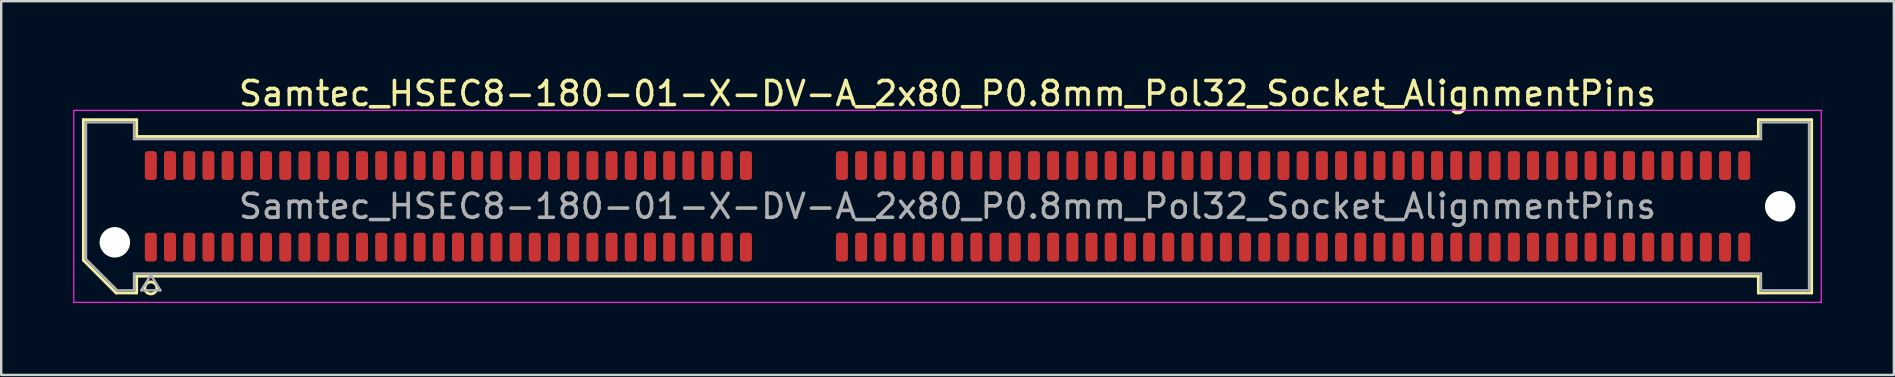
<source format=kicad_pcb>
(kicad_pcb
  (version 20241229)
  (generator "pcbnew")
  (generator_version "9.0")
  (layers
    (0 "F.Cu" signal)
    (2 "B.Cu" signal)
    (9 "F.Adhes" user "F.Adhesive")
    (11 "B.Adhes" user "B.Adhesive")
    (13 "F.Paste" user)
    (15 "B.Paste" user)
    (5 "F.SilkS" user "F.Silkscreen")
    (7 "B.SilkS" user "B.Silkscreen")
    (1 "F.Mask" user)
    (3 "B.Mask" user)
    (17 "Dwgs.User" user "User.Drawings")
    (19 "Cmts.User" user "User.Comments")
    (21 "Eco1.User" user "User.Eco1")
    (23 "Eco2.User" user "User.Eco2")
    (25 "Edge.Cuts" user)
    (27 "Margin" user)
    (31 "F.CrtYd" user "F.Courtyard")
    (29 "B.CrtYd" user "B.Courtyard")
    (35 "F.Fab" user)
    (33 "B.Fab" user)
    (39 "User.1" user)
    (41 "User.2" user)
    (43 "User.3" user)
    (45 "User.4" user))
  (footprint "Samtec_HSEC8-180-01-X-DV-A_2x80_P0.8mm_Pol32_Socket_AlignmentPins"
    (layer "F.Cu")
    (at 36.435 5.548)
    (property "Reference" "Samtec_HSEC8-180-01-X-DV-A_2x80_P0.8mm_Pol32_Socket_AlignmentPins" (at 0 -4.7 0) (layer "F.SilkS") (effects (font (size 1 1) (thickness 0.15))))
    (attr smd)
    (fp_line (start -36.01 -3.61) (end -33.79 -3.61) (stroke (width 0.12) (type solid)) (layer "F.SilkS"))
    (fp_line (start -36.01 2.246) (end -36.01 -3.61) (stroke (width 0.12) (type solid)) (layer "F.SilkS"))
    (fp_line (start -34.646 3.61) (end -36.01 2.246) (stroke (width 0.12) (type solid)) (layer "F.SilkS"))
    (fp_line (start -33.79 -3.61) (end -33.79 -2.91) (stroke (width 0.12) (type solid)) (layer "F.SilkS"))
    (fp_line (start -33.79 -2.91) (end 33.79 -2.91) (stroke (width 0.12) (type solid)) (layer "F.SilkS"))
    (fp_line (start -33.79 2.91) (end -33.79 3.61) (stroke (width 0.12) (type solid)) (layer "F.SilkS"))
    (fp_line (start -33.79 3.61) (end -34.646 3.61) (stroke (width 0.12) (type solid)) (layer "F.SilkS"))
    (fp_line (start 33.79 -3.61) (end 36.01 -3.61) (stroke (width 0.12) (type solid)) (layer "F.SilkS"))
    (fp_line (start 33.79 -2.91) (end 33.79 -3.61) (stroke (width 0.12) (type solid)) (layer "F.SilkS"))
    (fp_line (start 33.79 2.91) (end -33.79 2.91) (stroke (width 0.12) (type solid)) (layer "F.SilkS"))
    (fp_line (start 33.79 3.61) (end 33.79 2.91) (stroke (width 0.12) (type solid)) (layer "F.SilkS"))
    (fp_line (start 36.01 -3.61) (end 36.01 3.61) (stroke (width 0.12) (type solid)) (layer "F.SilkS"))
    (fp_line (start 36.01 3.61) (end 33.79 3.61) (stroke (width 0.12) (type solid)) (layer "F.SilkS"))
    (fp_circle (center -33.2 3.4) (end -32.95 3.4) (stroke (width 0.12) (type solid)) (fill no) (layer "F.SilkS"))
    (fp_line (start -36.41 -4) (end -36.41 4) (stroke (width 0.05) (type solid)) (layer "F.CrtYd"))
    (fp_line (start -36.41 4) (end 36.41 4) (stroke (width 0.05) (type solid)) (layer "F.CrtYd"))
    (fp_line (start 36.41 -4) (end -36.41 -4) (stroke (width 0.05) (type solid)) (layer "F.CrtYd"))
    (fp_line (start 36.41 4) (end 36.41 -4) (stroke (width 0.05) (type solid)) (layer "F.CrtYd"))
    (fp_line (start -35.9 -3.5) (end -33.9 -3.5) (stroke (width 0.1) (type solid)) (layer "F.Fab"))
    (fp_line (start -35.9 2.2) (end -35.9 -3.5) (stroke (width 0.1) (type solid)) (layer "F.Fab"))
    (fp_line (start -34.6 3.5) (end -35.9 2.2) (stroke (width 0.1) (type solid)) (layer "F.Fab"))
    (fp_line (start -33.9 -3.5) (end -33.9 -2.8) (stroke (width 0.1) (type solid)) (layer "F.Fab"))
    (fp_line (start -33.9 -2.8) (end 33.9 -2.8) (stroke (width 0.1) (type solid)) (layer "F.Fab"))
    (fp_line (start -33.9 2.8) (end -33.9 3.5) (stroke (width 0.1) (type solid)) (layer "F.Fab"))
    (fp_line (start -33.9 3.5) (end -34.6 3.5) (stroke (width 0.1) (type solid)) (layer "F.Fab"))
    (fp_line (start -33.6 3.5) (end -33.2 2.86) (stroke (width 0.1) (type solid)) (layer "F.Fab"))
    (fp_line (start -33.2 2.86) (end -32.8 3.5) (stroke (width 0.1) (type solid)) (layer "F.Fab"))
    (fp_line (start -32.8 3.5) (end -33.6 3.5) (stroke (width 0.1) (type solid)) (layer "F.Fab"))
    (fp_line (start 33.9 -3.5) (end 35.9 -3.5) (stroke (width 0.1) (type solid)) (layer "F.Fab"))
    (fp_line (start 33.9 -2.8) (end 33.9 -3.5) (stroke (width 0.1) (type solid)) (layer "F.Fab"))
    (fp_line (start 33.9 2.8) (end -33.9 2.8) (stroke (width 0.1) (type solid)) (layer "F.Fab"))
    (fp_line (start 33.9 3.5) (end 33.9 2.8) (stroke (width 0.1) (type solid)) (layer "F.Fab"))
    (fp_line (start 35.9 -3.5) (end 35.9 3.5) (stroke (width 0.1) (type solid)) (layer "F.Fab"))
    (fp_line (start 35.9 3.5) (end 33.9 3.5) (stroke (width 0.1) (type solid)) (layer "F.Fab"))
    (fp_text user "${REFERENCE}" (at 0 0 0) (layer "F.Fab") (effects (font (size 1 1) (thickness 0.15))))
    (pad "" np_thru_hole circle (at -34.7 1.5) (size 1.27 1.27) (drill 1.27) (layers "*.Cu" "*.Mask"))
    (pad "" np_thru_hole circle (at 34.7 0) (size 1.27 1.27) (drill 1.27) (layers "*.Cu" "*.Mask"))
    (pad "1" smd roundrect (at -33.2 1.7) (size 0.5 1.2) (layers "F.Cu" "F.Mask" "F.Paste") (roundrect_rratio 0.25))
    (pad "2" smd roundrect (at -33.2 -1.7) (size 0.5 1.2) (layers "F.Cu" "F.Mask" "F.Paste") (roundrect_rratio 0.25))
    (pad "3" smd roundrect (at -32.4 1.7) (size 0.5 1.2) (layers "F.Cu" "F.Mask" "F.Paste") (roundrect_rratio 0.25))
    (pad "4" smd roundrect (at -32.4 -1.7) (size 0.5 1.2) (layers "F.Cu" "F.Mask" "F.Paste") (roundrect_rratio 0.25))
    (pad "5" smd roundrect (at -31.6 1.7) (size 0.5 1.2) (layers "F.Cu" "F.Mask" "F.Paste") (roundrect_rratio 0.25))
    (pad "6" smd roundrect (at -31.6 -1.7) (size 0.5 1.2) (layers "F.Cu" "F.Mask" "F.Paste") (roundrect_rratio 0.25))
    (pad "7" smd roundrect (at -30.8 1.7) (size 0.5 1.2) (layers "F.Cu" "F.Mask" "F.Paste") (roundrect_rratio 0.25))
    (pad "8" smd roundrect (at -30.8 -1.7) (size 0.5 1.2) (layers "F.Cu" "F.Mask" "F.Paste") (roundrect_rratio 0.25))
    (pad "9" smd roundrect (at -30 1.7) (size 0.5 1.2) (layers "F.Cu" "F.Mask" "F.Paste") (roundrect_rratio 0.25))
    (pad "10" smd roundrect (at -30 -1.7) (size 0.5 1.2) (layers "F.Cu" "F.Mask" "F.Paste") (roundrect_rratio 0.25))
    (pad "11" smd roundrect (at -29.2 1.7) (size 0.5 1.2) (layers "F.Cu" "F.Mask" "F.Paste") (roundrect_rratio 0.25))
    (pad "12" smd roundrect (at -29.2 -1.7) (size 0.5 1.2) (layers "F.Cu" "F.Mask" "F.Paste") (roundrect_rratio 0.25))
    (pad "13" smd roundrect (at -28.4 1.7) (size 0.5 1.2) (layers "F.Cu" "F.Mask" "F.Paste") (roundrect_rratio 0.25))
    (pad "14" smd roundrect (at -28.4 -1.7) (size 0.5 1.2) (layers "F.Cu" "F.Mask" "F.Paste") (roundrect_rratio 0.25))
    (pad "15" smd roundrect (at -27.6 1.7) (size 0.5 1.2) (layers "F.Cu" "F.Mask" "F.Paste") (roundrect_rratio 0.25))
    (pad "16" smd roundrect (at -27.6 -1.7) (size 0.5 1.2) (layers "F.Cu" "F.Mask" "F.Paste") (roundrect_rratio 0.25))
    (pad "17" smd roundrect (at -26.8 1.7) (size 0.5 1.2) (layers "F.Cu" "F.Mask" "F.Paste") (roundrect_rratio 0.25))
    (pad "18" smd roundrect (at -26.8 -1.7) (size 0.5 1.2) (layers "F.Cu" "F.Mask" "F.Paste") (roundrect_rratio 0.25))
    (pad "19" smd roundrect (at -26 1.7) (size 0.5 1.2) (layers "F.Cu" "F.Mask" "F.Paste") (roundrect_rratio 0.25))
    (pad "20" smd roundrect (at -26 -1.7) (size 0.5 1.2) (layers "F.Cu" "F.Mask" "F.Paste") (roundrect_rratio 0.25))
    (pad "21" smd roundrect (at -25.2 1.7) (size 0.5 1.2) (layers "F.Cu" "F.Mask" "F.Paste") (roundrect_rratio 0.25))
    (pad "22" smd roundrect (at -25.2 -1.7) (size 0.5 1.2) (layers "F.Cu" "F.Mask" "F.Paste") (roundrect_rratio 0.25))
    (pad "23" smd roundrect (at -24.4 1.7) (size 0.5 1.2) (layers "F.Cu" "F.Mask" "F.Paste") (roundrect_rratio 0.25))
    (pad "24" smd roundrect (at -24.4 -1.7) (size 0.5 1.2) (layers "F.Cu" "F.Mask" "F.Paste") (roundrect_rratio 0.25))
    (pad "25" smd roundrect (at -23.6 1.7) (size 0.5 1.2) (layers "F.Cu" "F.Mask" "F.Paste") (roundrect_rratio 0.25))
    (pad "26" smd roundrect (at -23.6 -1.7) (size 0.5 1.2) (layers "F.Cu" "F.Mask" "F.Paste") (roundrect_rratio 0.25))
    (pad "27" smd roundrect (at -22.8 1.7) (size 0.5 1.2) (layers "F.Cu" "F.Mask" "F.Paste") (roundrect_rratio 0.25))
    (pad "28" smd roundrect (at -22.8 -1.7) (size 0.5 1.2) (layers "F.Cu" "F.Mask" "F.Paste") (roundrect_rratio 0.25))
    (pad "29" smd roundrect (at -22 1.7) (size 0.5 1.2) (layers "F.Cu" "F.Mask" "F.Paste") (roundrect_rratio 0.25))
    (pad "30" smd roundrect (at -22 -1.7) (size 0.5 1.2) (layers "F.Cu" "F.Mask" "F.Paste") (roundrect_rratio 0.25))
    (pad "31" smd roundrect (at -21.2 1.7) (size 0.5 1.2) (layers "F.Cu" "F.Mask" "F.Paste") (roundrect_rratio 0.25))
    (pad "32" smd roundrect (at -21.2 -1.7) (size 0.5 1.2) (layers "F.Cu" "F.Mask" "F.Paste") (roundrect_rratio 0.25))
    (pad "33" smd roundrect (at -20.4 1.7) (size 0.5 1.2) (layers "F.Cu" "F.Mask" "F.Paste") (roundrect_rratio 0.25))
    (pad "34" smd roundrect (at -20.4 -1.7) (size 0.5 1.2) (layers "F.Cu" "F.Mask" "F.Paste") (roundrect_rratio 0.25))
    (pad "35" smd roundrect (at -19.6 1.7) (size 0.5 1.2) (layers "F.Cu" "F.Mask" "F.Paste") (roundrect_rratio 0.25))
    (pad "36" smd roundrect (at -19.6 -1.7) (size 0.5 1.2) (layers "F.Cu" "F.Mask" "F.Paste") (roundrect_rratio 0.25))
    (pad "37" smd roundrect (at -18.8 1.7) (size 0.5 1.2) (layers "F.Cu" "F.Mask" "F.Paste") (roundrect_rratio 0.25))
    (pad "38" smd roundrect (at -18.8 -1.7) (size 0.5 1.2) (layers "F.Cu" "F.Mask" "F.Paste") (roundrect_rratio 0.25))
    (pad "39" smd roundrect (at -18 1.7) (size 0.5 1.2) (layers "F.Cu" "F.Mask" "F.Paste") (roundrect_rratio 0.25))
    (pad "40" smd roundrect (at -18 -1.7) (size 0.5 1.2) (layers "F.Cu" "F.Mask" "F.Paste") (roundrect_rratio 0.25))
    (pad "41" smd roundrect (at -17.2 1.7) (size 0.5 1.2) (layers "F.Cu" "F.Mask" "F.Paste") (roundrect_rratio 0.25))
    (pad "42" smd roundrect (at -17.2 -1.7) (size 0.5 1.2) (layers "F.Cu" "F.Mask" "F.Paste") (roundrect_rratio 0.25))
    (pad "43" smd roundrect (at -16.4 1.7) (size 0.5 1.2) (layers "F.Cu" "F.Mask" "F.Paste") (roundrect_rratio 0.25))
    (pad "44" smd roundrect (at -16.4 -1.7) (size 0.5 1.2) (layers "F.Cu" "F.Mask" "F.Paste") (roundrect_rratio 0.25))
    (pad "45" smd roundrect (at -15.6 1.7) (size 0.5 1.2) (layers "F.Cu" "F.Mask" "F.Paste") (roundrect_rratio 0.25))
    (pad "46" smd roundrect (at -15.6 -1.7) (size 0.5 1.2) (layers "F.Cu" "F.Mask" "F.Paste") (roundrect_rratio 0.25))
    (pad "47" smd roundrect (at -14.8 1.7) (size 0.5 1.2) (layers "F.Cu" "F.Mask" "F.Paste") (roundrect_rratio 0.25))
    (pad "48" smd roundrect (at -14.8 -1.7) (size 0.5 1.2) (layers "F.Cu" "F.Mask" "F.Paste") (roundrect_rratio 0.25))
    (pad "49" smd roundrect (at -14 1.7) (size 0.5 1.2) (layers "F.Cu" "F.Mask" "F.Paste") (roundrect_rratio 0.25))
    (pad "50" smd roundrect (at -14 -1.7) (size 0.5 1.2) (layers "F.Cu" "F.Mask" "F.Paste") (roundrect_rratio 0.25))
    (pad "51" smd roundrect (at -13.2 1.7) (size 0.5 1.2) (layers "F.Cu" "F.Mask" "F.Paste") (roundrect_rratio 0.25))
    (pad "52" smd roundrect (at -13.2 -1.7) (size 0.5 1.2) (layers "F.Cu" "F.Mask" "F.Paste") (roundrect_rratio 0.25))
    (pad "53" smd roundrect (at -12.4 1.7) (size 0.5 1.2) (layers "F.Cu" "F.Mask" "F.Paste") (roundrect_rratio 0.25))
    (pad "54" smd roundrect (at -12.4 -1.7) (size 0.5 1.2) (layers "F.Cu" "F.Mask" "F.Paste") (roundrect_rratio 0.25))
    (pad "55" smd roundrect (at -11.6 1.7) (size 0.5 1.2) (layers "F.Cu" "F.Mask" "F.Paste") (roundrect_rratio 0.25))
    (pad "56" smd roundrect (at -11.6 -1.7) (size 0.5 1.2) (layers "F.Cu" "F.Mask" "F.Paste") (roundrect_rratio 0.25))
    (pad "57" smd roundrect (at -10.8 1.7) (size 0.5 1.2) (layers "F.Cu" "F.Mask" "F.Paste") (roundrect_rratio 0.25))
    (pad "58" smd roundrect (at -10.8 -1.7) (size 0.5 1.2) (layers "F.Cu" "F.Mask" "F.Paste") (roundrect_rratio 0.25))
    (pad "59" smd roundrect (at -10 1.7) (size 0.5 1.2) (layers "F.Cu" "F.Mask" "F.Paste") (roundrect_rratio 0.25))
    (pad "60" smd roundrect (at -10 -1.7) (size 0.5 1.2) (layers "F.Cu" "F.Mask" "F.Paste") (roundrect_rratio 0.25))
    (pad "61" smd roundrect (at -9.2 1.7) (size 0.5 1.2) (layers "F.Cu" "F.Mask" "F.Paste") (roundrect_rratio 0.25))
    (pad "62" smd roundrect (at -9.2 -1.7) (size 0.5 1.2) (layers "F.Cu" "F.Mask" "F.Paste") (roundrect_rratio 0.25))
    (pad "63" smd roundrect (at -8.4 1.7) (size 0.5 1.2) (layers "F.Cu" "F.Mask" "F.Paste") (roundrect_rratio 0.25))
    (pad "64" smd roundrect (at -8.4 -1.7) (size 0.5 1.2) (layers "F.Cu" "F.Mask" "F.Paste") (roundrect_rratio 0.25))
    (pad "65" smd roundrect (at -4.4 1.7) (size 0.5 1.2) (layers "F.Cu" "F.Mask" "F.Paste") (roundrect_rratio 0.25))
    (pad "66" smd roundrect (at -4.4 -1.7) (size 0.5 1.2) (layers "F.Cu" "F.Mask" "F.Paste") (roundrect_rratio 0.25))
    (pad "67" smd roundrect (at -3.6 1.7) (size 0.5 1.2) (layers "F.Cu" "F.Mask" "F.Paste") (roundrect_rratio 0.25))
    (pad "68" smd roundrect (at -3.6 -1.7) (size 0.5 1.2) (layers "F.Cu" "F.Mask" "F.Paste") (roundrect_rratio 0.25))
    (pad "69" smd roundrect (at -2.8 1.7) (size 0.5 1.2) (layers "F.Cu" "F.Mask" "F.Paste") (roundrect_rratio 0.25))
    (pad "70" smd roundrect (at -2.8 -1.7) (size 0.5 1.2) (layers "F.Cu" "F.Mask" "F.Paste") (roundrect_rratio 0.25))
    (pad "71" smd roundrect (at -2 1.7) (size 0.5 1.2) (layers "F.Cu" "F.Mask" "F.Paste") (roundrect_rratio 0.25))
    (pad "72" smd roundrect (at -2 -1.7) (size 0.5 1.2) (layers "F.Cu" "F.Mask" "F.Paste") (roundrect_rratio 0.25))
    (pad "73" smd roundrect (at -1.2 1.7) (size 0.5 1.2) (layers "F.Cu" "F.Mask" "F.Paste") (roundrect_rratio 0.25))
    (pad "74" smd roundrect (at -1.2 -1.7) (size 0.5 1.2) (layers "F.Cu" "F.Mask" "F.Paste") (roundrect_rratio 0.25))
    (pad "75" smd roundrect (at -0.4 1.7) (size 0.5 1.2) (layers "F.Cu" "F.Mask" "F.Paste") (roundrect_rratio 0.25))
    (pad "76" smd roundrect (at -0.4 -1.7) (size 0.5 1.2) (layers "F.Cu" "F.Mask" "F.Paste") (roundrect_rratio 0.25))
    (pad "77" smd roundrect (at 0.4 1.7) (size 0.5 1.2) (layers "F.Cu" "F.Mask" "F.Paste") (roundrect_rratio 0.25))
    (pad "78" smd roundrect (at 0.4 -1.7) (size 0.5 1.2) (layers "F.Cu" "F.Mask" "F.Paste") (roundrect_rratio 0.25))
    (pad "79" smd roundrect (at 1.2 1.7) (size 0.5 1.2) (layers "F.Cu" "F.Mask" "F.Paste") (roundrect_rratio 0.25))
    (pad "80" smd roundrect (at 1.2 -1.7) (size 0.5 1.2) (layers "F.Cu" "F.Mask" "F.Paste") (roundrect_rratio 0.25))
    (pad "81" smd roundrect (at 2 1.7) (size 0.5 1.2) (layers "F.Cu" "F.Mask" "F.Paste") (roundrect_rratio 0.25))
    (pad "82" smd roundrect (at 2 -1.7) (size 0.5 1.2) (layers "F.Cu" "F.Mask" "F.Paste") (roundrect_rratio 0.25))
    (pad "83" smd roundrect (at 2.8 1.7) (size 0.5 1.2) (layers "F.Cu" "F.Mask" "F.Paste") (roundrect_rratio 0.25))
    (pad "84" smd roundrect (at 2.8 -1.7) (size 0.5 1.2) (layers "F.Cu" "F.Mask" "F.Paste") (roundrect_rratio 0.25))
    (pad "85" smd roundrect (at 3.6 1.7) (size 0.5 1.2) (layers "F.Cu" "F.Mask" "F.Paste") (roundrect_rratio 0.25))
    (pad "86" smd roundrect (at 3.6 -1.7) (size 0.5 1.2) (layers "F.Cu" "F.Mask" "F.Paste") (roundrect_rratio 0.25))
    (pad "87" smd roundrect (at 4.4 1.7) (size 0.5 1.2) (layers "F.Cu" "F.Mask" "F.Paste") (roundrect_rratio 0.25))
    (pad "88" smd roundrect (at 4.4 -1.7) (size 0.5 1.2) (layers "F.Cu" "F.Mask" "F.Paste") (roundrect_rratio 0.25))
    (pad "89" smd roundrect (at 5.2 1.7) (size 0.5 1.2) (layers "F.Cu" "F.Mask" "F.Paste") (roundrect_rratio 0.25))
    (pad "90" smd roundrect (at 5.2 -1.7) (size 0.5 1.2) (layers "F.Cu" "F.Mask" "F.Paste") (roundrect_rratio 0.25))
    (pad "91" smd roundrect (at 6 1.7) (size 0.5 1.2) (layers "F.Cu" "F.Mask" "F.Paste") (roundrect_rratio 0.25))
    (pad "92" smd roundrect (at 6 -1.7) (size 0.5 1.2) (layers "F.Cu" "F.Mask" "F.Paste") (roundrect_rratio 0.25))
    (pad "93" smd roundrect (at 6.8 1.7) (size 0.5 1.2) (layers "F.Cu" "F.Mask" "F.Paste") (roundrect_rratio 0.25))
    (pad "94" smd roundrect (at 6.8 -1.7) (size 0.5 1.2) (layers "F.Cu" "F.Mask" "F.Paste") (roundrect_rratio 0.25))
    (pad "95" smd roundrect (at 7.6 1.7) (size 0.5 1.2) (layers "F.Cu" "F.Mask" "F.Paste") (roundrect_rratio 0.25))
    (pad "96" smd roundrect (at 7.6 -1.7) (size 0.5 1.2) (layers "F.Cu" "F.Mask" "F.Paste") (roundrect_rratio 0.25))
    (pad "97" smd roundrect (at 8.4 1.7) (size 0.5 1.2) (layers "F.Cu" "F.Mask" "F.Paste") (roundrect_rratio 0.25))
    (pad "98" smd roundrect (at 8.4 -1.7) (size 0.5 1.2) (layers "F.Cu" "F.Mask" "F.Paste") (roundrect_rratio 0.25))
    (pad "99" smd roundrect (at 9.2 1.7) (size 0.5 1.2) (layers "F.Cu" "F.Mask" "F.Paste") (roundrect_rratio 0.25))
    (pad "100" smd roundrect (at 9.2 -1.7) (size 0.5 1.2) (layers "F.Cu" "F.Mask" "F.Paste") (roundrect_rratio 0.25))
    (pad "101" smd roundrect (at 10 1.7) (size 0.5 1.2) (layers "F.Cu" "F.Mask" "F.Paste") (roundrect_rratio 0.25))
    (pad "102" smd roundrect (at 10 -1.7) (size 0.5 1.2) (layers "F.Cu" "F.Mask" "F.Paste") (roundrect_rratio 0.25))
    (pad "103" smd roundrect (at 10.8 1.7) (size 0.5 1.2) (layers "F.Cu" "F.Mask" "F.Paste") (roundrect_rratio 0.25))
    (pad "104" smd roundrect (at 10.8 -1.7) (size 0.5 1.2) (layers "F.Cu" "F.Mask" "F.Paste") (roundrect_rratio 0.25))
    (pad "105" smd roundrect (at 11.6 1.7) (size 0.5 1.2) (layers "F.Cu" "F.Mask" "F.Paste") (roundrect_rratio 0.25))
    (pad "106" smd roundrect (at 11.6 -1.7) (size 0.5 1.2) (layers "F.Cu" "F.Mask" "F.Paste") (roundrect_rratio 0.25))
    (pad "107" smd roundrect (at 12.4 1.7) (size 0.5 1.2) (layers "F.Cu" "F.Mask" "F.Paste") (roundrect_rratio 0.25))
    (pad "108" smd roundrect (at 12.4 -1.7) (size 0.5 1.2) (layers "F.Cu" "F.Mask" "F.Paste") (roundrect_rratio 0.25))
    (pad "109" smd roundrect (at 13.2 1.7) (size 0.5 1.2) (layers "F.Cu" "F.Mask" "F.Paste") (roundrect_rratio 0.25))
    (pad "110" smd roundrect (at 13.2 -1.7) (size 0.5 1.2) (layers "F.Cu" "F.Mask" "F.Paste") (roundrect_rratio 0.25))
    (pad "111" smd roundrect (at 14 1.7) (size 0.5 1.2) (layers "F.Cu" "F.Mask" "F.Paste") (roundrect_rratio 0.25))
    (pad "112" smd roundrect (at 14 -1.7) (size 0.5 1.2) (layers "F.Cu" "F.Mask" "F.Paste") (roundrect_rratio 0.25))
    (pad "113" smd roundrect (at 14.8 1.7) (size 0.5 1.2) (layers "F.Cu" "F.Mask" "F.Paste") (roundrect_rratio 0.25))
    (pad "114" smd roundrect (at 14.8 -1.7) (size 0.5 1.2) (layers "F.Cu" "F.Mask" "F.Paste") (roundrect_rratio 0.25))
    (pad "115" smd roundrect (at 15.6 1.7) (size 0.5 1.2) (layers "F.Cu" "F.Mask" "F.Paste") (roundrect_rratio 0.25))
    (pad "116" smd roundrect (at 15.6 -1.7) (size 0.5 1.2) (layers "F.Cu" "F.Mask" "F.Paste") (roundrect_rratio 0.25))
    (pad "117" smd roundrect (at 16.4 1.7) (size 0.5 1.2) (layers "F.Cu" "F.Mask" "F.Paste") (roundrect_rratio 0.25))
    (pad "118" smd roundrect (at 16.4 -1.7) (size 0.5 1.2) (layers "F.Cu" "F.Mask" "F.Paste") (roundrect_rratio 0.25))
    (pad "119" smd roundrect (at 17.2 1.7) (size 0.5 1.2) (layers "F.Cu" "F.Mask" "F.Paste") (roundrect_rratio 0.25))
    (pad "120" smd roundrect (at 17.2 -1.7) (size 0.5 1.2) (layers "F.Cu" "F.Mask" "F.Paste") (roundrect_rratio 0.25))
    (pad "121" smd roundrect (at 18 1.7) (size 0.5 1.2) (layers "F.Cu" "F.Mask" "F.Paste") (roundrect_rratio 0.25))
    (pad "122" smd roundrect (at 18 -1.7) (size 0.5 1.2) (layers "F.Cu" "F.Mask" "F.Paste") (roundrect_rratio 0.25))
    (pad "123" smd roundrect (at 18.8 1.7) (size 0.5 1.2) (layers "F.Cu" "F.Mask" "F.Paste") (roundrect_rratio 0.25))
    (pad "124" smd roundrect (at 18.8 -1.7) (size 0.5 1.2) (layers "F.Cu" "F.Mask" "F.Paste") (roundrect_rratio 0.25))
    (pad "125" smd roundrect (at 19.6 1.7) (size 0.5 1.2) (layers "F.Cu" "F.Mask" "F.Paste") (roundrect_rratio 0.25))
    (pad "126" smd roundrect (at 19.6 -1.7) (size 0.5 1.2) (layers "F.Cu" "F.Mask" "F.Paste") (roundrect_rratio 0.25))
    (pad "127" smd roundrect (at 20.4 1.7) (size 0.5 1.2) (layers "F.Cu" "F.Mask" "F.Paste") (roundrect_rratio 0.25))
    (pad "128" smd roundrect (at 20.4 -1.7) (size 0.5 1.2) (layers "F.Cu" "F.Mask" "F.Paste") (roundrect_rratio 0.25))
    (pad "129" smd roundrect (at 21.2 1.7) (size 0.5 1.2) (layers "F.Cu" "F.Mask" "F.Paste") (roundrect_rratio 0.25))
    (pad "130" smd roundrect (at 21.2 -1.7) (size 0.5 1.2) (layers "F.Cu" "F.Mask" "F.Paste") (roundrect_rratio 0.25))
    (pad "131" smd roundrect (at 22 1.7) (size 0.5 1.2) (layers "F.Cu" "F.Mask" "F.Paste") (roundrect_rratio 0.25))
    (pad "132" smd roundrect (at 22 -1.7) (size 0.5 1.2) (layers "F.Cu" "F.Mask" "F.Paste") (roundrect_rratio 0.25))
    (pad "133" smd roundrect (at 22.8 1.7) (size 0.5 1.2) (layers "F.Cu" "F.Mask" "F.Paste") (roundrect_rratio 0.25))
    (pad "134" smd roundrect (at 22.8 -1.7) (size 0.5 1.2) (layers "F.Cu" "F.Mask" "F.Paste") (roundrect_rratio 0.25))
    (pad "135" smd roundrect (at 23.6 1.7) (size 0.5 1.2) (layers "F.Cu" "F.Mask" "F.Paste") (roundrect_rratio 0.25))
    (pad "136" smd roundrect (at 23.6 -1.7) (size 0.5 1.2) (layers "F.Cu" "F.Mask" "F.Paste") (roundrect_rratio 0.25))
    (pad "137" smd roundrect (at 24.4 1.7) (size 0.5 1.2) (layers "F.Cu" "F.Mask" "F.Paste") (roundrect_rratio 0.25))
    (pad "138" smd roundrect (at 24.4 -1.7) (size 0.5 1.2) (layers "F.Cu" "F.Mask" "F.Paste") (roundrect_rratio 0.25))
    (pad "139" smd roundrect (at 25.2 1.7) (size 0.5 1.2) (layers "F.Cu" "F.Mask" "F.Paste") (roundrect_rratio 0.25))
    (pad "140" smd roundrect (at 25.2 -1.7) (size 0.5 1.2) (layers "F.Cu" "F.Mask" "F.Paste") (roundrect_rratio 0.25))
    (pad "141" smd roundrect (at 26 1.7) (size 0.5 1.2) (layers "F.Cu" "F.Mask" "F.Paste") (roundrect_rratio 0.25))
    (pad "142" smd roundrect (at 26 -1.7) (size 0.5 1.2) (layers "F.Cu" "F.Mask" "F.Paste") (roundrect_rratio 0.25))
    (pad "143" smd roundrect (at 26.8 1.7) (size 0.5 1.2) (layers "F.Cu" "F.Mask" "F.Paste") (roundrect_rratio 0.25))
    (pad "144" smd roundrect (at 26.8 -1.7) (size 0.5 1.2) (layers "F.Cu" "F.Mask" "F.Paste") (roundrect_rratio 0.25))
    (pad "145" smd roundrect (at 27.6 1.7) (size 0.5 1.2) (layers "F.Cu" "F.Mask" "F.Paste") (roundrect_rratio 0.25))
    (pad "146" smd roundrect (at 27.6 -1.7) (size 0.5 1.2) (layers "F.Cu" "F.Mask" "F.Paste") (roundrect_rratio 0.25))
    (pad "147" smd roundrect (at 28.4 1.7) (size 0.5 1.2) (layers "F.Cu" "F.Mask" "F.Paste") (roundrect_rratio 0.25))
    (pad "148" smd roundrect (at 28.4 -1.7) (size 0.5 1.2) (layers "F.Cu" "F.Mask" "F.Paste") (roundrect_rratio 0.25))
    (pad "149" smd roundrect (at 29.2 1.7) (size 0.5 1.2) (layers "F.Cu" "F.Mask" "F.Paste") (roundrect_rratio 0.25))
    (pad "150" smd roundrect (at 29.2 -1.7) (size 0.5 1.2) (layers "F.Cu" "F.Mask" "F.Paste") (roundrect_rratio 0.25))
    (pad "151" smd roundrect (at 30 1.7) (size 0.5 1.2) (layers "F.Cu" "F.Mask" "F.Paste") (roundrect_rratio 0.25))
    (pad "152" smd roundrect (at 30 -1.7) (size 0.5 1.2) (layers "F.Cu" "F.Mask" "F.Paste") (roundrect_rratio 0.25))
    (pad "153" smd roundrect (at 30.8 1.7) (size 0.5 1.2) (layers "F.Cu" "F.Mask" "F.Paste") (roundrect_rratio 0.25))
    (pad "154" smd roundrect (at 30.8 -1.7) (size 0.5 1.2) (layers "F.Cu" "F.Mask" "F.Paste") (roundrect_rratio 0.25))
    (pad "155" smd roundrect (at 31.6 1.7) (size 0.5 1.2) (layers "F.Cu" "F.Mask" "F.Paste") (roundrect_rratio 0.25))
    (pad "156" smd roundrect (at 31.6 -1.7) (size 0.5 1.2) (layers "F.Cu" "F.Mask" "F.Paste") (roundrect_rratio 0.25))
    (pad "157" smd roundrect (at 32.4 1.7) (size 0.5 1.2) (layers "F.Cu" "F.Mask" "F.Paste") (roundrect_rratio 0.25))
    (pad "158" smd roundrect (at 32.4 -1.7) (size 0.5 1.2) (layers "F.Cu" "F.Mask" "F.Paste") (roundrect_rratio 0.25))
    (pad "159" smd roundrect (at 33.2 1.7) (size 0.5 1.2) (layers "F.Cu" "F.Mask" "F.Paste") (roundrect_rratio 0.25))
    (pad "160" smd roundrect (at 33.2 -1.7) (size 0.5 1.2) (layers "F.Cu" "F.Mask" "F.Paste") (roundrect_rratio 0.25)))
  (gr_rect
    (start -3 -3)
    (end 75.87 12.573)
    (stroke (width 0.1) (type default))
    (fill no)
    (layer "Edge.Cuts")))
</source>
